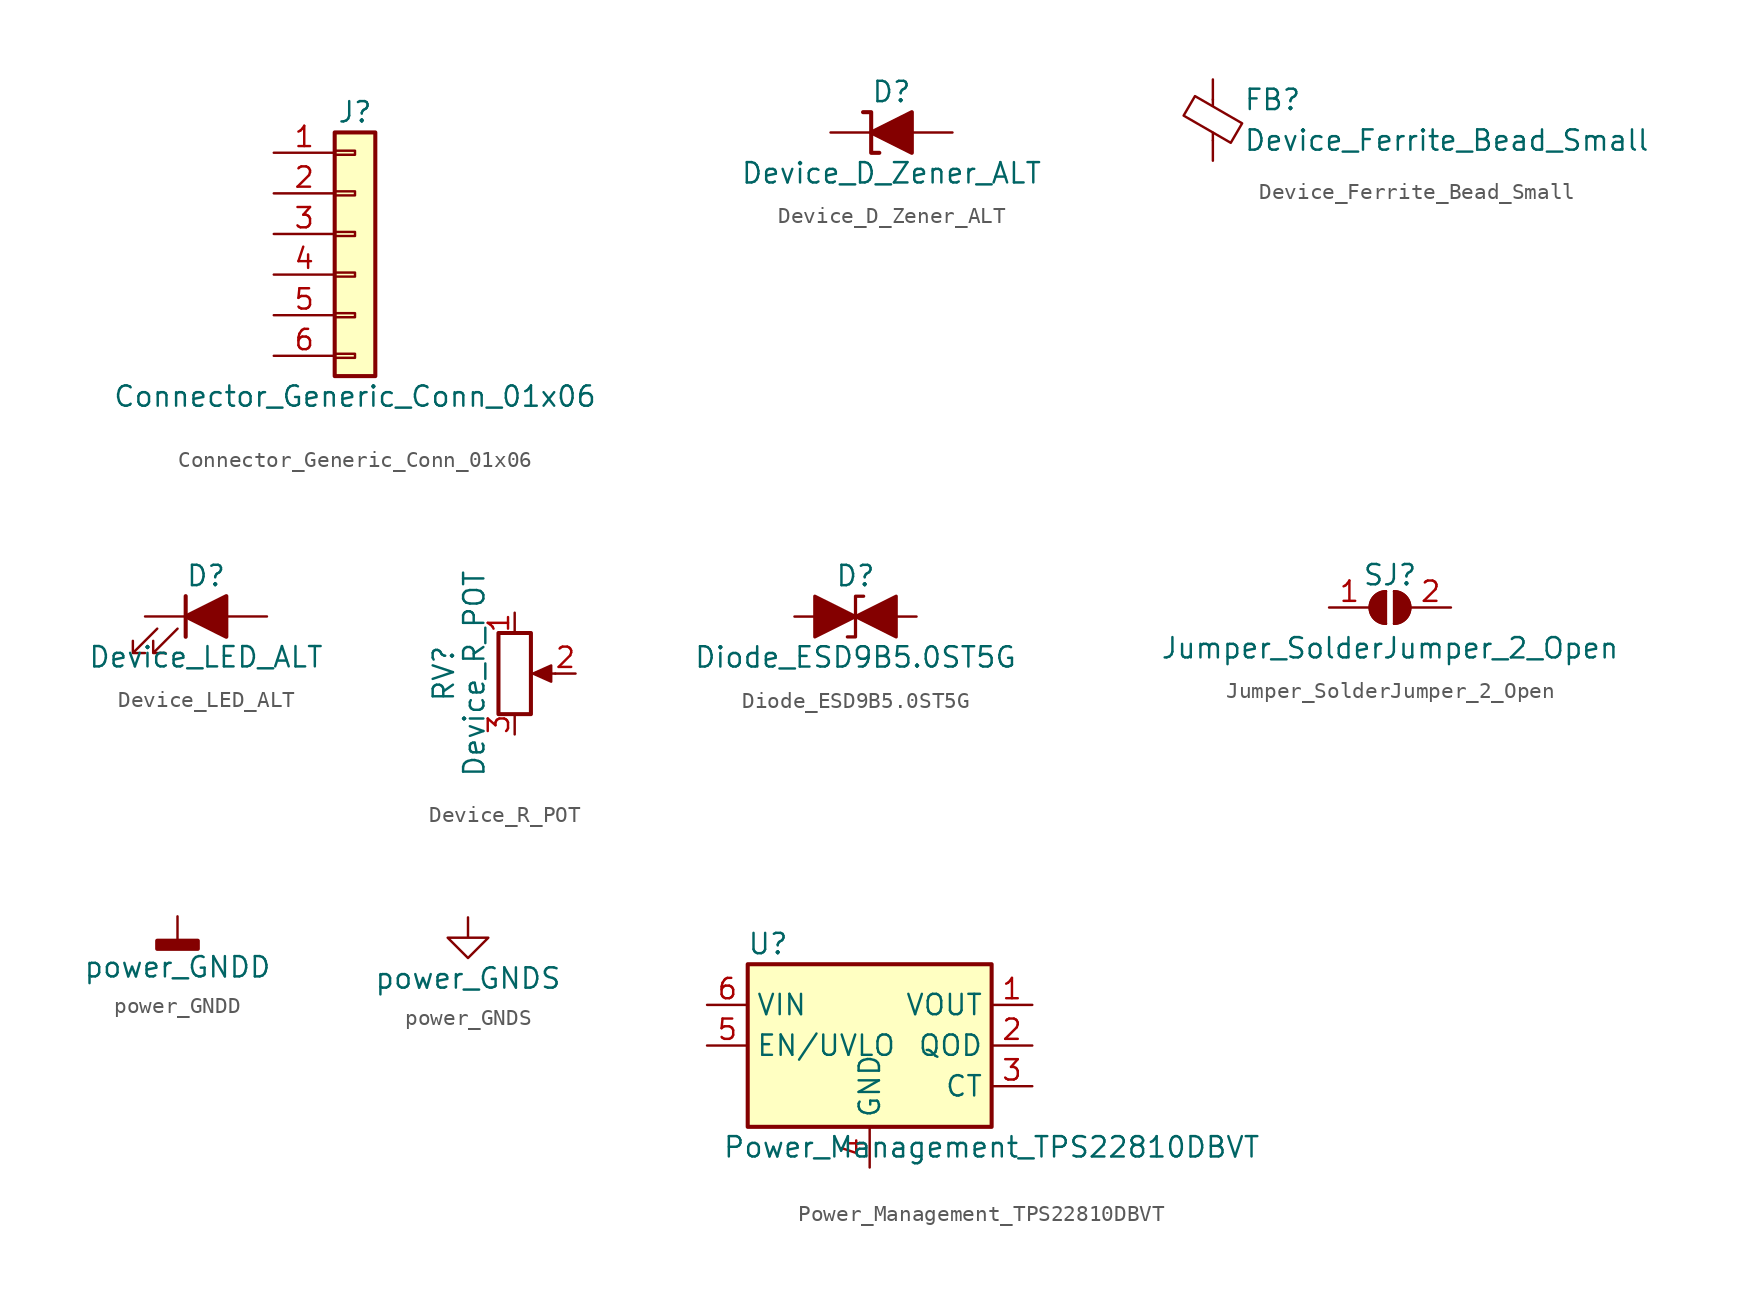
<source format=kicad_sym>
(kicad_symbol_lib
  (version 20211014)
  (generator kicad_symbol_editor)
  (symbol "Connector_Generic_Conn_01x06"
    (pin_names
      (offset 1.016) hide)
    (property "Reference" "J"
      (at 0 7.62 0)
      (effects (font (size 1.27 1.27))))
    (property "Value" "Connector_Generic_Conn_01x06"
      (at 0 -10.16 0)
      (effects (font (size 1.27 1.27))))
    (symbol "Connector_Generic_Conn_01x06_1_1"
      (rectangle (start -1.27 -7.493) (end 0 -7.747) (stroke (width 0.152) (type default) (color 0 0 0 0)) (fill (type none)))
      (rectangle (start -1.27 -4.953) (end 0 -5.207) (stroke (width 0.152) (type default) (color 0 0 0 0)) (fill (type none)))
      (rectangle (start -1.27 -2.413) (end 0 -2.667) (stroke (width 0.152) (type default) (color 0 0 0 0)) (fill (type none)))
      (rectangle (start -1.27 0.127) (end 0 -0.127) (stroke (width 0.152) (type default) (color 0 0 0 0)) (fill (type none)))
      (rectangle (start -1.27 2.667) (end 0 2.413) (stroke (width 0.152) (type default) (color 0 0 0 0)) (fill (type none)))
      (rectangle (start -1.27 5.207) (end 0 4.953) (stroke (width 0.152) (type default) (color 0 0 0 0)) (fill (type none)))
      (rectangle (start -1.27 6.35) (end 1.27 -8.89) (stroke (width 0.254) (type default) (color 0 0 0 0)) (fill (type background)))
      (pin passive line (at -5.08 5.08 0) (length 3.81) (name "Pin_1" (effects (font (size 1.27 1.27)))) (number "1" (effects (font (size 1.27 1.27)))))
      (pin passive line (at -5.08 2.54 0) (length 3.81) (name "Pin_2" (effects (font (size 1.27 1.27)))) (number "2" (effects (font (size 1.27 1.27)))))
      (pin passive line (at -5.08 0 0) (length 3.81) (name "Pin_3" (effects (font (size 1.27 1.27)))) (number "3" (effects (font (size 1.27 1.27)))))
      (pin passive line (at -5.08 -2.54 0) (length 3.81) (name "Pin_4" (effects (font (size 1.27 1.27)))) (number "4" (effects (font (size 1.27 1.27)))))
      (pin passive line (at -5.08 -5.08 0) (length 3.81) (name "Pin_5" (effects (font (size 1.27 1.27)))) (number "5" (effects (font (size 1.27 1.27)))))
      (pin passive line (at -5.08 -7.62 0) (length 3.81) (name "Pin_6" (effects (font (size 1.27 1.27)))) (number "6" (effects (font (size 1.27 1.27)))))))
  (symbol "Device_D_Zener_ALT"
    (pin_numbers hide)
    (pin_names
      (offset 1.016) hide)
    (property "Reference" "D"
      (at 0 2.54 0)
      (effects (font (size 1.27 1.27))))
    (property "Value" "Device_D_Zener_ALT"
      (at 0 -2.54 0)
      (effects (font (size 1.27 1.27))))
    (symbol "Device_D_Zener_ALT_0_1"
      (polyline (pts (xy 1.27 0) (xy -1.27 0)) (stroke (width 0) (type default) (color 0 0 0 0)) (fill (type none)))
      (polyline (pts (xy -0.762 -1.27) (xy -1.27 -1.27) (xy -1.27 1.27) (xy -1.778 1.27)) (stroke (width 0.254) (type default) (color 0 0 0 0)) (fill (type none)))
      (polyline (pts (xy 1.27 -1.27) (xy 1.27 1.27) (xy -1.27 0) (xy 1.27 -1.27)) (stroke (width 0.254) (type default) (color 0 0 0 0)) (fill (type outline))))
    (symbol "Device_D_Zener_ALT_1_1"
      (pin passive line (at -3.81 0 0) (length 2.54) (name "K" (effects (font (size 1.27 1.27)))) (number "1" (effects (font (size 1.27 1.27)))))
      (pin passive line (at 3.81 0 180) (length 2.54) (name "A" (effects (font (size 1.27 1.27)))) (number "2" (effects (font (size 1.27 1.27)))))))
  (symbol "Device_Ferrite_Bead_Small"
    (pin_numbers hide)
    (pin_names
      (offset 0))
    (property "Reference" "FB"
      (at 1.905 1.27 0)
      (effects (font (size 1.27 1.27)) (justify left)))
    (property "Value" "Device_Ferrite_Bead_Small"
      (at 1.905 -1.27 0)
      (effects (font (size 1.27 1.27)) (justify left)))
    (symbol "Device_Ferrite_Bead_Small_0_1"
      (polyline (pts (xy 0 -1.27) (xy 0 -0.787)) (stroke (width 0) (type default) (color 0 0 0 0)) (fill (type none)))
      (polyline (pts (xy 0 0.889) (xy 0 1.295)) (stroke (width 0) (type default) (color 0 0 0 0)) (fill (type none)))
      (polyline (pts (xy -1.829 0.279) (xy -1.118 1.499) (xy 1.829 -0.203) (xy 1.118 -1.422) (xy -1.829 0.279)) (stroke (width 0) (type default) (color 0 0 0 0)) (fill (type none))))
    (symbol "Device_Ferrite_Bead_Small_1_1"
      (pin passive line (at 0 2.54 270) (length 1.27) (name "~" (effects (font (size 1.27 1.27)))) (number "1" (effects (font (size 1.27 1.27)))))
      (pin passive line (at 0 -2.54 90) (length 1.27) (name "~" (effects (font (size 1.27 1.27)))) (number "2" (effects (font (size 1.27 1.27)))))))
  (symbol "Device_LED_ALT"
    (pin_numbers hide)
    (pin_names
      (offset 1.016) hide)
    (property "Reference" "D"
      (at 0 2.54 0)
      (effects (font (size 1.27 1.27))))
    (property "Value" "Device_LED_ALT"
      (at 0 -2.54 0)
      (effects (font (size 1.27 1.27))))
    (symbol "Device_LED_ALT_0_1"
      (polyline (pts (xy -1.27 -1.27) (xy -1.27 1.27)) (stroke (width 0.254) (type default) (color 0 0 0 0)) (fill (type none)))
      (polyline (pts (xy -1.27 0) (xy 1.27 0)) (stroke (width 0) (type default) (color 0 0 0 0)) (fill (type none)))
      (polyline (pts (xy 1.27 -1.27) (xy 1.27 1.27) (xy -1.27 0) (xy 1.27 -1.27)) (stroke (width 0.254) (type default) (color 0 0 0 0)) (fill (type outline)))
      (polyline (pts (xy -3.048 -0.762) (xy -4.572 -2.286) (xy -3.81 -2.286) (xy -4.572 -2.286) (xy -4.572 -1.524)) (stroke (width 0) (type default) (color 0 0 0 0)) (fill (type none)))
      (polyline (pts (xy -1.778 -0.762) (xy -3.302 -2.286) (xy -2.54 -2.286) (xy -3.302 -2.286) (xy -3.302 -1.524)) (stroke (width 0) (type default) (color 0 0 0 0)) (fill (type none))))
    (symbol "Device_LED_ALT_1_1"
      (pin passive line (at -3.81 0 0) (length 2.54) (name "K" (effects (font (size 1.27 1.27)))) (number "1" (effects (font (size 1.27 1.27)))))
      (pin passive line (at 3.81 0 180) (length 2.54) (name "A" (effects (font (size 1.27 1.27)))) (number "2" (effects (font (size 1.27 1.27)))))))
  (symbol "Device_R_POT"
    (pin_names
      (offset 1.016) hide)
    (property "Reference" "RV"
      (at -4.445 0 90)
      (effects (font (size 1.27 1.27))))
    (property "Value" "Device_R_POT"
      (at -2.54 0 90)
      (effects (font (size 1.27 1.27))))
    (symbol "Device_R_POT_0_1"
      (polyline (pts (xy 2.54 0) (xy 1.524 0)) (stroke (width 0) (type default) (color 0 0 0 0)) (fill (type none)))
      (polyline (pts (xy 1.143 0) (xy 2.286 0.508) (xy 2.286 -0.508) (xy 1.143 0)) (stroke (width 0) (type default) (color 0 0 0 0)) (fill (type outline)))
      (rectangle (start 1.016 2.54) (end -1.016 -2.54) (stroke (width 0.254) (type default) (color 0 0 0 0)) (fill (type none))))
    (symbol "Device_R_POT_1_1"
      (pin passive line (at 0 3.81 270) (length 1.27) (name "1" (effects (font (size 1.27 1.27)))) (number "1" (effects (font (size 1.27 1.27)))))
      (pin passive line (at 3.81 0 180) (length 1.27) (name "2" (effects (font (size 1.27 1.27)))) (number "2" (effects (font (size 1.27 1.27)))))
      (pin passive line (at 0 -3.81 90) (length 1.27) (name "3" (effects (font (size 1.27 1.27)))) (number "3" (effects (font (size 1.27 1.27)))))))
  (symbol "Diode_ESD9B5.0ST5G"
    (pin_numbers hide)
    (pin_names
      (offset 1.016) hide)
    (property "Reference" "D"
      (at 0 2.54 0)
      (effects (font (size 1.27 1.27))))
    (property "Value" "Diode_ESD9B5.0ST5G"
      (at 0 -2.54 0)
      (effects (font (size 1.27 1.27))))
    (symbol "Diode_ESD9B5.0ST5G_0_1"
      (polyline (pts (xy 1.27 0) (xy -1.27 0)) (stroke (width 0) (type default) (color 0 0 0 0)) (fill (type none)))
      (polyline (pts (xy -2.54 -1.27) (xy 0 0) (xy -2.54 1.27) (xy -2.54 -1.27)) (stroke (width 0.203) (type default) (color 0 0 0 0)) (fill (type outline)))
      (polyline (pts (xy 0.508 1.27) (xy 0 1.27) (xy 0 -1.27) (xy -0.508 -1.27)) (stroke (width 0.203) (type default) (color 0 0 0 0)) (fill (type none)))
      (polyline (pts (xy 2.54 1.27) (xy 2.54 -1.27) (xy 0 0) (xy 2.54 1.27)) (stroke (width 0.203) (type default) (color 0 0 0 0)) (fill (type outline))))
    (symbol "Diode_ESD9B5.0ST5G_1_1"
      (pin passive line (at -3.81 0 0) (length 2.54) (name "A1" (effects (font (size 1.27 1.27)))) (number "1" (effects (font (size 1.27 1.27)))))
      (pin passive line (at 3.81 0 180) (length 2.54) (name "A2" (effects (font (size 1.27 1.27)))) (number "2" (effects (font (size 1.27 1.27)))))))
  (symbol "Jumper_SolderJumper_2_Open"
    (pin_names
      (offset 0) hide)
    (property "Reference" "SJ"
      (at 0 2.032 0)
      (effects (font (size 1.27 1.27))))
    (property "Value" "Jumper_SolderJumper_2_Open"
      (at 0 -2.54 0)
      (effects (font (size 1.27 1.27))))
    (symbol "Jumper_SolderJumper_2_Open_0_1"
      (arc (start -0.254 1.016) (mid -1.27 0) (end -0.254 -1.016) (stroke (width 0) (type default) (color 0 0 0 0)) (fill (type none)))
      (arc (start -0.254 1.016) (mid -1.27 0) (end -0.254 -1.016) (stroke (width 0) (type default) (color 0 0 0 0)) (fill (type outline)))
      (polyline (pts (xy -0.254 1.016) (xy -0.254 -1.016)) (stroke (width 0) (type default) (color 0 0 0 0)) (fill (type none)))
      (polyline (pts (xy 0.254 1.016) (xy 0.254 -1.016)) (stroke (width 0) (type default) (color 0 0 0 0)) (fill (type none)))
      (arc (start 0.254 -1.016) (mid 1.27 0) (end 0.254 1.016) (stroke (width 0) (type default) (color 0 0 0 0)) (fill (type none)))
      (arc (start 0.254 -1.016) (mid 1.27 0) (end 0.254 1.016) (stroke (width 0) (type default) (color 0 0 0 0)) (fill (type outline))))
    (symbol "Jumper_SolderJumper_2_Open_1_1"
      (pin passive line (at -3.81 0 0) (length 2.54) (name "A" (effects (font (size 1.27 1.27)))) (number "1" (effects (font (size 1.27 1.27)))))
      (pin passive line (at 3.81 0 180) (length 2.54) (name "B" (effects (font (size 1.27 1.27)))) (number "2" (effects (font (size 1.27 1.27)))))))
  (symbol "power_GNDD"
    (power)
    (pin_names
      (offset 0))
    (property "Reference" "#PWR"
      (at 0 -6.35 0)
      (effects (font (size 1.27 1.27)) hide))
    (property "Value" "power_GNDD"
      (at 0 -3.175 0)
      (effects (font (size 1.27 1.27))))
    (symbol "power_GNDD_0_1"
      (rectangle (start -1.27 -1.524) (end 1.27 -2.032) (stroke (width 0.254) (type default) (color 0 0 0 0)) (fill (type outline)))
      (polyline (pts (xy 0 0) (xy 0 -1.524)) (stroke (width 0) (type default) (color 0 0 0 0)) (fill (type none))))
    (symbol "power_GNDD_1_1"
      (pin power_in line (at 0 0 270) (length 0) hide (name "GNDD" (effects (font (size 1.27 1.27)))) (number "1" (effects (font (size 1.27 1.27)))))))
  (symbol "power_GNDS"
    (power)
    (pin_names
      (offset 0))
    (property "Reference" "#PWR"
      (at 0 -6.35 0)
      (effects (font (size 1.27 1.27)) hide))
    (property "Value" "power_GNDS"
      (at 0 -3.81 0)
      (effects (font (size 1.27 1.27))))
    (symbol "power_GNDS_0_1"
      (polyline (pts (xy 0 0) (xy 0 -1.27) (xy 1.27 -1.27) (xy 0 -2.54) (xy -1.27 -1.27) (xy 0 -1.27)) (stroke (width 0) (type default) (color 0 0 0 0)) (fill (type none))))
    (symbol "power_GNDS_1_1"
      (pin power_in line (at 0 0 270) (length 0) hide (name "GNDS" (effects (font (size 1.27 1.27)))) (number "1" (effects (font (size 1.27 1.27)))))))
  (symbol "Power_Management_TPS22810DBVT"
    (property "Reference" "U"
      (at -6.35 6.35 0)
      (effects (font (size 1.27 1.27))))
    (property "Value" "Power_Management_TPS22810DBVT"
      (at 7.62 -6.35 0)
      (effects (font (size 1.27 1.27))))
    (symbol "Power_Management_TPS22810DBVT_1_1"
      (rectangle (start -7.62 5.08) (end 7.62 -5.08) (stroke (width 0.254) (type default) (color 0 0 0 0)) (fill (type background)))
      (pin power_out line (at 10.16 2.54 180) (length 2.54) (name "VOUT" (effects (font (size 1.27 1.27)))) (number "1" (effects (font (size 1.27 1.27)))))
      (pin open_collector line (at 10.16 0 180) (length 2.54) (name "QOD" (effects (font (size 1.27 1.27)))) (number "2" (effects (font (size 1.27 1.27)))))
      (pin output line (at 10.16 -2.54 180) (length 2.54) (name "CT" (effects (font (size 1.27 1.27)))) (number "3" (effects (font (size 1.27 1.27)))))
      (pin power_in line (at 0 -7.62 90) (length 2.54) (name "GND" (effects (font (size 1.27 1.27)))) (number "4" (effects (font (size 1.27 1.27)))))
      (pin input line (at -10.16 0 0) (length 2.54) (name "EN/UVLO" (effects (font (size 1.27 1.27)))) (number "5" (effects (font (size 1.27 1.27)))))
      (pin power_in line (at -10.16 2.54 0) (length 2.54) (name "VIN" (effects (font (size 1.27 1.27)))) (number "6" (effects (font (size 1.27 1.27))))))))
</source>
